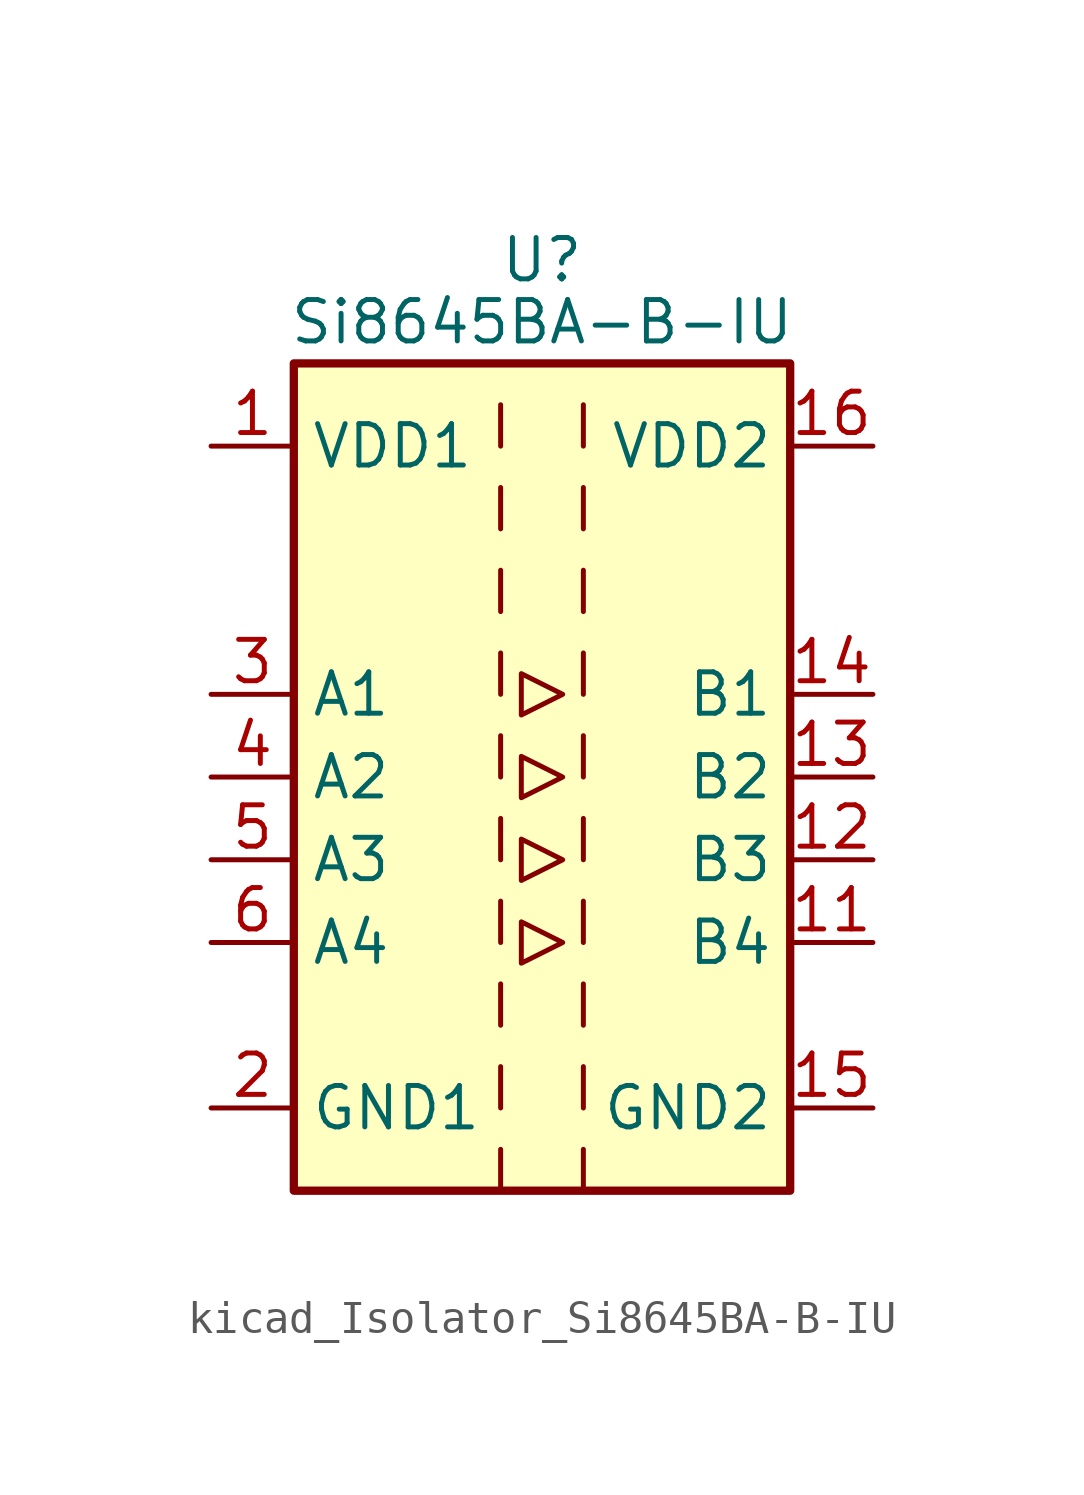
<source format=kicad_sym>
(kicad_symbol_lib
  (version 20220914)
  (generator kicad_symbol_editor)
  (symbol "kicad_Isolator_Si8645BA-B-IU"
    (property "Reference" "U"
      (at 0 15.875 0)
      (effects (font (size 1.27 1.27))))
    (property "Value" "Si8645BA-B-IU"
      (at 0 13.97 0)
      (effects (font (size 1.27 1.27))))
    (symbol "kicad_Isolator_Si8645BA-B-IU_0_1"
      (rectangle (start -7.62 12.7) (end 7.62 -12.7) (stroke (width 0.254) (type default)) (fill (type background)))
      (polyline (pts (xy -1.27 -11.43) (xy -1.27 -12.7)) (stroke (width 0) (type default)) (fill (type none)))
      (polyline (pts (xy -1.27 -8.89) (xy -1.27 -10.16)) (stroke (width 0) (type default)) (fill (type none)))
      (polyline (pts (xy -1.27 -6.35) (xy -1.27 -7.62)) (stroke (width 0) (type default)) (fill (type none)))
      (polyline (pts (xy -1.27 -3.81) (xy -1.27 -5.08)) (stroke (width 0) (type default)) (fill (type none)))
      (polyline (pts (xy -1.27 -1.27) (xy -1.27 -2.54)) (stroke (width 0) (type default)) (fill (type none)))
      (polyline (pts (xy -1.27 1.27) (xy -1.27 0)) (stroke (width 0) (type default)) (fill (type none)))
      (polyline (pts (xy -1.27 3.81) (xy -1.27 2.54)) (stroke (width 0) (type default)) (fill (type none)))
      (polyline (pts (xy -1.27 6.35) (xy -1.27 5.08)) (stroke (width 0) (type default)) (fill (type none)))
      (polyline (pts (xy -1.27 8.89) (xy -1.27 7.62)) (stroke (width 0) (type default)) (fill (type none)))
      (polyline (pts (xy -1.27 11.43) (xy -1.27 10.16)) (stroke (width 0) (type default)) (fill (type none)))
      (polyline (pts (xy 1.27 -11.43) (xy 1.27 -12.7)) (stroke (width 0) (type default)) (fill (type none)))
      (polyline (pts (xy 1.27 -8.89) (xy 1.27 -10.16)) (stroke (width 0) (type default)) (fill (type none)))
      (polyline (pts (xy 1.27 -6.35) (xy 1.27 -7.62)) (stroke (width 0) (type default)) (fill (type none)))
      (polyline (pts (xy 1.27 -3.81) (xy 1.27 -5.08)) (stroke (width 0) (type default)) (fill (type none)))
      (polyline (pts (xy 1.27 -1.27) (xy 1.27 -2.54)) (stroke (width 0) (type default)) (fill (type none)))
      (polyline (pts (xy 1.27 1.27) (xy 1.27 0)) (stroke (width 0) (type default)) (fill (type none)))
      (polyline (pts (xy 1.27 3.81) (xy 1.27 2.54)) (stroke (width 0) (type default)) (fill (type none)))
      (polyline (pts (xy 1.27 6.35) (xy 1.27 5.08)) (stroke (width 0) (type default)) (fill (type none)))
      (polyline (pts (xy 1.27 8.89) (xy 1.27 7.62)) (stroke (width 0) (type default)) (fill (type none)))
      (polyline (pts (xy 1.27 11.43) (xy 1.27 10.16)) (stroke (width 0) (type default)) (fill (type none)))
      (polyline (pts (xy -0.635 0.635) (xy -0.635 -0.635) (xy 0.635 0) (xy -0.635 0.635)) (stroke (width 0) (type default)) (fill (type none)))
      (polyline (pts (xy -0.635 3.175) (xy -0.635 1.905) (xy 0.635 2.54) (xy -0.635 3.175)) (stroke (width 0) (type default)) (fill (type none)))
      (polyline (pts (xy 0.635 -5.08) (xy -0.635 -4.445) (xy -0.635 -5.715) (xy 0.635 -5.08)) (stroke (width 0) (type default)) (fill (type none)))
      (polyline (pts (xy 0.635 -2.54) (xy -0.635 -1.905) (xy -0.635 -3.175) (xy 0.635 -2.54)) (stroke (width 0) (type default)) (fill (type none))))
    (symbol "kicad_Isolator_Si8645BA-B-IU_1_1"
      (pin power_in line (at -10.16 10.16 0) (length 2.54) (name "VDD1" (effects (font (size 1.27 1.27)))) (number "1" (effects (font (size 1.27 1.27)))))
      (pin no_connect line (at 7.62 7.62 180) (length 2.54) hide (name "NC" (effects (font (size 1.27 1.27)))) (number "10" (effects (font (size 1.27 1.27)))))
      (pin output line (at 10.16 -5.08 180) (length 2.54) (name "B4" (effects (font (size 1.27 1.27)))) (number "11" (effects (font (size 1.27 1.27)))))
      (pin output line (at 10.16 -2.54 180) (length 2.54) (name "B3" (effects (font (size 1.27 1.27)))) (number "12" (effects (font (size 1.27 1.27)))))
      (pin output line (at 10.16 0 180) (length 2.54) (name "B2" (effects (font (size 1.27 1.27)))) (number "13" (effects (font (size 1.27 1.27)))))
      (pin output line (at 10.16 2.54 180) (length 2.54) (name "B1" (effects (font (size 1.27 1.27)))) (number "14" (effects (font (size 1.27 1.27)))))
      (pin power_in line (at 10.16 -10.16 180) (length 2.54) (name "GND2" (effects (font (size 1.27 1.27)))) (number "15" (effects (font (size 1.27 1.27)))))
      (pin power_in line (at 10.16 10.16 180) (length 2.54) (name "VDD2" (effects (font (size 1.27 1.27)))) (number "16" (effects (font (size 1.27 1.27)))))
      (pin power_in line (at -10.16 -10.16 0) (length 2.54) (name "GND1" (effects (font (size 1.27 1.27)))) (number "2" (effects (font (size 1.27 1.27)))))
      (pin input line (at -10.16 2.54 0) (length 2.54) (name "A1" (effects (font (size 1.27 1.27)))) (number "3" (effects (font (size 1.27 1.27)))))
      (pin input line (at -10.16 0 0) (length 2.54) (name "A2" (effects (font (size 1.27 1.27)))) (number "4" (effects (font (size 1.27 1.27)))))
      (pin input line (at -10.16 -2.54 0) (length 2.54) (name "A3" (effects (font (size 1.27 1.27)))) (number "5" (effects (font (size 1.27 1.27)))))
      (pin input line (at -10.16 -5.08 0) (length 2.54) (name "A4" (effects (font (size 1.27 1.27)))) (number "6" (effects (font (size 1.27 1.27)))))
      (pin no_connect line (at -7.62 7.62 0) (length 2.54) hide (name "NC" (effects (font (size 1.27 1.27)))) (number "7" (effects (font (size 1.27 1.27)))))
      (pin passive line (at -10.16 -10.16 0) (length 2.54) hide (name "GND1" (effects (font (size 1.27 1.27)))) (number "8" (effects (font (size 1.27 1.27)))))
      (pin passive line (at 10.16 -10.16 180) (length 2.54) hide (name "GND2" (effects (font (size 1.27 1.27)))) (number "9" (effects (font (size 1.27 1.27))))))))
</source>
